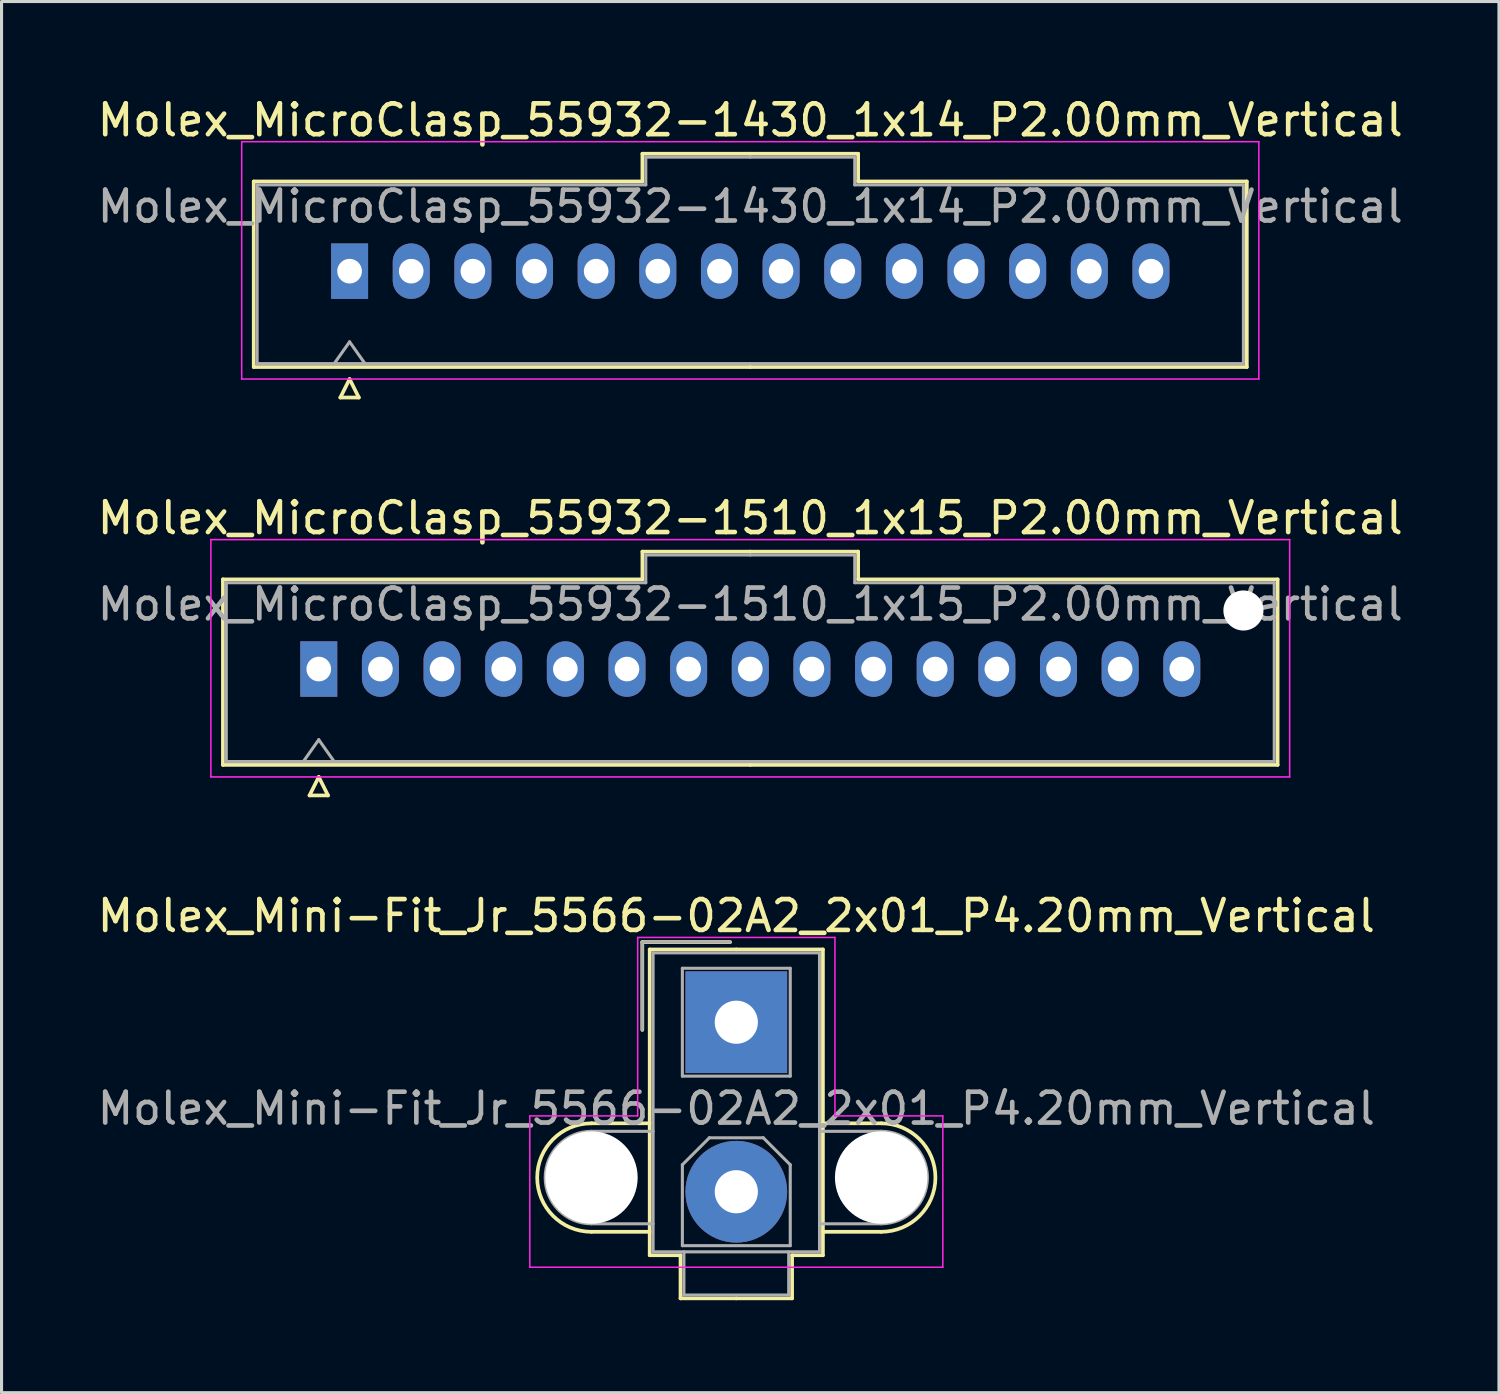
<source format=kicad_pcb>
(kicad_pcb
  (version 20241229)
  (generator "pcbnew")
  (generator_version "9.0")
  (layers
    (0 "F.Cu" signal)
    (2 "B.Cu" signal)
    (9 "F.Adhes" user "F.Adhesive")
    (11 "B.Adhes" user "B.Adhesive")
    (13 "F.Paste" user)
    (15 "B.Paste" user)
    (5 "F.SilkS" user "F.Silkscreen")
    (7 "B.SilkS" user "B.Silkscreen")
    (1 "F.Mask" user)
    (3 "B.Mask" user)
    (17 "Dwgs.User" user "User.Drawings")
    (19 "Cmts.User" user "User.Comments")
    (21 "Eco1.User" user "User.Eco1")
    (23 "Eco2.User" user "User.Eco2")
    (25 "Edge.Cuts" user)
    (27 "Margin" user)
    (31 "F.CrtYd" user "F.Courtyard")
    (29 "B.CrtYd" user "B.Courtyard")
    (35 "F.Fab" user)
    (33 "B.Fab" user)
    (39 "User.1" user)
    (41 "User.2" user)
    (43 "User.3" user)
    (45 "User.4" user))
  (footprint "Molex_Mini-Fit_Jr_5566-02A2_2x01_P4.20mm_Vertical"
    (layer "F.Cu")
    (at 20.839 30.115)
    (property "Reference" "Molex_Mini-Fit_Jr_5566-02A2_2x01_P4.20mm_Vertical" (at 0 -3.45 0) (layer "F.SilkS") (effects (font (size 1 1) (thickness 0.15))))
    (attr through_hole)
    (fp_line (start -4.7 3.28) (end -2.81 3.28) (stroke (width 0.12) (type solid)) (layer "F.SilkS"))
    (fp_line (start -4.7 6.8) (end -2.81 6.8) (stroke (width 0.12) (type solid)) (layer "F.SilkS"))
    (fp_line (start -3.05 -2.6) (end -3.05 0.25) (stroke (width 0.12) (type solid)) (layer "F.SilkS"))
    (fp_line (start -2.81 -2.36) (end -2.81 7.56) (stroke (width 0.12) (type solid)) (layer "F.SilkS"))
    (fp_line (start -2.81 7.56) (end -1.81 7.56) (stroke (width 0.12) (type solid)) (layer "F.SilkS"))
    (fp_line (start -1.81 7.56) (end -1.81 8.96) (stroke (width 0.12) (type solid)) (layer "F.SilkS"))
    (fp_line (start -1.81 8.96) (end 0 8.96) (stroke (width 0.12) (type solid)) (layer "F.SilkS"))
    (fp_line (start -0.2 -2.6) (end -3.05 -2.6) (stroke (width 0.12) (type solid)) (layer "F.SilkS"))
    (fp_line (start 0 -2.36) (end -2.81 -2.36) (stroke (width 0.12) (type solid)) (layer "F.SilkS"))
    (fp_line (start 0 -2.36) (end 2.81 -2.36) (stroke (width 0.12) (type solid)) (layer "F.SilkS"))
    (fp_line (start 1.81 7.56) (end 1.81 8.96) (stroke (width 0.12) (type solid)) (layer "F.SilkS"))
    (fp_line (start 1.81 8.96) (end 0 8.96) (stroke (width 0.12) (type solid)) (layer "F.SilkS"))
    (fp_line (start 2.81 -2.36) (end 2.81 7.56) (stroke (width 0.12) (type solid)) (layer "F.SilkS"))
    (fp_line (start 2.81 7.56) (end 1.81 7.56) (stroke (width 0.12) (type solid)) (layer "F.SilkS"))
    (fp_line (start 4.7 3.28) (end 2.81 3.28) (stroke (width 0.12) (type solid)) (layer "F.SilkS"))
    (fp_line (start 4.7 6.8) (end 2.81 6.8) (stroke (width 0.12) (type solid)) (layer "F.SilkS"))
    (fp_arc (start -4.7 6.8) (mid -6.46 5.04) (end -4.7 3.28) (stroke (width 0.12) (type solid)) (layer "F.SilkS"))
    (fp_arc (start 4.7 3.28) (mid 6.46 5.04) (end 4.7 6.8) (stroke (width 0.12) (type solid)) (layer "F.SilkS"))
    (fp_line (start -6.7 3.04) (end -6.7 7.95) (stroke (width 0.05) (type solid)) (layer "F.CrtYd"))
    (fp_line (start -6.7 7.95) (end 6.7 7.95) (stroke (width 0.05) (type solid)) (layer "F.CrtYd"))
    (fp_line (start -3.2 -2.75) (end -3.2 3.04) (stroke (width 0.05) (type solid)) (layer "F.CrtYd"))
    (fp_line (start -3.2 3.04) (end -6.7 3.04) (stroke (width 0.05) (type solid)) (layer "F.CrtYd"))
    (fp_line (start 3.2 -2.75) (end -3.2 -2.75) (stroke (width 0.05) (type solid)) (layer "F.CrtYd"))
    (fp_line (start 3.2 3.04) (end 3.2 -2.75) (stroke (width 0.05) (type solid)) (layer "F.CrtYd"))
    (fp_line (start 6.7 3.04) (end 3.2 3.04) (stroke (width 0.05) (type solid)) (layer "F.CrtYd"))
    (fp_line (start 6.7 7.95) (end 6.7 3.04) (stroke (width 0.05) (type solid)) (layer "F.CrtYd"))
    (fp_line (start -4.7 3.54) (end -2.7 3.54) (stroke (width 0.1) (type solid)) (layer "F.Fab"))
    (fp_line (start -4.7 6.54) (end -2.7 6.54) (stroke (width 0.1) (type solid)) (layer "F.Fab"))
    (fp_line (start -3.05 -2.6) (end -3.05 0.25) (stroke (width 0.1) (type solid)) (layer "F.Fab"))
    (fp_line (start -2.7 -2.25) (end -2.7 7.45) (stroke (width 0.1) (type solid)) (layer "F.Fab"))
    (fp_line (start -2.7 7.45) (end 2.7 7.45) (stroke (width 0.1) (type solid)) (layer "F.Fab"))
    (fp_line (start -1.75 -1.75) (end -1.75 1.75) (stroke (width 0.1) (type solid)) (layer "F.Fab"))
    (fp_line (start -1.75 1.75) (end 1.75 1.75) (stroke (width 0.1) (type solid)) (layer "F.Fab"))
    (fp_line (start -1.75 4.625) (end -0.875 3.75) (stroke (width 0.1) (type solid)) (layer "F.Fab"))
    (fp_line (start -1.75 7.25) (end -1.75 4.625) (stroke (width 0.1) (type solid)) (layer "F.Fab"))
    (fp_line (start -1.7 7.45) (end -1.7 8.85) (stroke (width 0.1) (type solid)) (layer "F.Fab"))
    (fp_line (start -1.7 8.85) (end 1.7 8.85) (stroke (width 0.1) (type solid)) (layer "F.Fab"))
    (fp_line (start -0.875 3.75) (end 0.875 3.75) (stroke (width 0.1) (type solid)) (layer "F.Fab"))
    (fp_line (start -0.2 -2.6) (end -3.05 -2.6) (stroke (width 0.1) (type solid)) (layer "F.Fab"))
    (fp_line (start 0.875 3.75) (end 1.75 4.625) (stroke (width 0.1) (type solid)) (layer "F.Fab"))
    (fp_line (start 1.7 8.85) (end 1.7 7.45) (stroke (width 0.1) (type solid)) (layer "F.Fab"))
    (fp_line (start 1.75 -1.75) (end -1.75 -1.75) (stroke (width 0.1) (type solid)) (layer "F.Fab"))
    (fp_line (start 1.75 1.75) (end 1.75 -1.75) (stroke (width 0.1) (type solid)) (layer "F.Fab"))
    (fp_line (start 1.75 4.625) (end 1.75 7.25) (stroke (width 0.1) (type solid)) (layer "F.Fab"))
    (fp_line (start 1.75 7.25) (end -1.75 7.25) (stroke (width 0.1) (type solid)) (layer "F.Fab"))
    (fp_line (start 2.7 -2.25) (end -2.7 -2.25) (stroke (width 0.1) (type solid)) (layer "F.Fab"))
    (fp_line (start 2.7 7.45) (end 2.7 -2.25) (stroke (width 0.1) (type solid)) (layer "F.Fab"))
    (fp_line (start 4.7 3.54) (end 2.7 3.54) (stroke (width 0.1) (type solid)) (layer "F.Fab"))
    (fp_line (start 4.7 6.54) (end 2.7 6.54) (stroke (width 0.1) (type solid)) (layer "F.Fab"))
    (fp_arc (start -4.7 6.54) (mid -6.2 5.04) (end -4.7 3.54) (stroke (width 0.1) (type solid)) (layer "F.Fab"))
    (fp_arc (start 4.7 3.54) (mid 6.2 5.04) (end 4.7 6.54) (stroke (width 0.1) (type solid)) (layer "F.Fab"))
    (fp_text user "${REFERENCE}" (at 0 2.8 0) (layer "F.Fab") (effects (font (size 1 1) (thickness 0.15))))
    (pad "" np_thru_hole circle (at -4.7 5.04) (size 3 3) (drill 3) (layers "*.Cu" "*.Mask"))
    (pad "" np_thru_hole circle (at 4.7 5.04) (size 3 3) (drill 3) (layers "*.Cu" "*.Mask"))
    (pad "1" thru_hole rect (at 0 0) (size 3.3 3.3) (drill 1.4) (layers "*.Cu" "*.Mask"))
    (pad "2" thru_hole circle (at 0 5.5) (size 3.3 3.3) (drill 1.4) (layers "*.Cu" "*.Mask")))
  (footprint "Molex_MicroClasp_55932-1430_1x14_P2.00mm_Vertical"
    (layer "F.Cu")
    (at 8.292 5.748)
    (property "Reference" "Molex_MicroClasp_55932-1430_1x14_P2.00mm_Vertical" (at 13 -4.9 0) (layer "F.SilkS") (effects (font (size 1 1) (thickness 0.15))))
    (attr through_hole)
    (fp_line (start -3.11 -2.91) (end -3.11 3.11) (stroke (width 0.12) (type solid)) (layer "F.SilkS"))
    (fp_line (start -3.11 3.11) (end 13 3.11) (stroke (width 0.12) (type solid)) (layer "F.SilkS"))
    (fp_line (start -0.3 4.1) (end 0.3 4.1) (stroke (width 0.12) (type solid)) (layer "F.SilkS"))
    (fp_line (start 0 3.5) (end -0.3 4.1) (stroke (width 0.12) (type solid)) (layer "F.SilkS"))
    (fp_line (start 0.3 4.1) (end 0 3.5) (stroke (width 0.12) (type solid)) (layer "F.SilkS"))
    (fp_line (start 9.5 -3.81) (end 9.5 -2.91) (stroke (width 0.12) (type solid)) (layer "F.SilkS"))
    (fp_line (start 9.5 -2.91) (end -3.11 -2.91) (stroke (width 0.12) (type solid)) (layer "F.SilkS"))
    (fp_line (start 13 -3.81) (end 9.5 -3.81) (stroke (width 0.12) (type solid)) (layer "F.SilkS"))
    (fp_line (start 13 -3.81) (end 16.5 -3.81) (stroke (width 0.12) (type solid)) (layer "F.SilkS"))
    (fp_line (start 16.5 -3.81) (end 16.5 -2.91) (stroke (width 0.12) (type solid)) (layer "F.SilkS"))
    (fp_line (start 16.5 -2.91) (end 29.11 -2.91) (stroke (width 0.12) (type solid)) (layer "F.SilkS"))
    (fp_line (start 29.11 -2.91) (end 29.11 3.11) (stroke (width 0.12) (type solid)) (layer "F.SilkS"))
    (fp_line (start 29.11 3.11) (end 13 3.11) (stroke (width 0.12) (type solid)) (layer "F.SilkS"))
    (fp_line (start -3.5 -4.2) (end -3.5 3.5) (stroke (width 0.05) (type solid)) (layer "F.CrtYd"))
    (fp_line (start -3.5 3.5) (end 29.5 3.5) (stroke (width 0.05) (type solid)) (layer "F.CrtYd"))
    (fp_line (start 29.5 -4.2) (end -3.5 -4.2) (stroke (width 0.05) (type solid)) (layer "F.CrtYd"))
    (fp_line (start 29.5 3.5) (end 29.5 -4.2) (stroke (width 0.05) (type solid)) (layer "F.CrtYd"))
    (fp_line (start -3 -2.8) (end -3 3) (stroke (width 0.1) (type solid)) (layer "F.Fab"))
    (fp_line (start -3 3) (end 13 3) (stroke (width 0.1) (type solid)) (layer "F.Fab"))
    (fp_line (start -0.5 3) (end 0 2.293) (stroke (width 0.1) (type solid)) (layer "F.Fab"))
    (fp_line (start 0 2.293) (end 0.5 3) (stroke (width 0.1) (type solid)) (layer "F.Fab"))
    (fp_line (start 9.61 -3.7) (end 9.61 -2.8) (stroke (width 0.1) (type solid)) (layer "F.Fab"))
    (fp_line (start 9.61 -2.8) (end -3 -2.8) (stroke (width 0.1) (type solid)) (layer "F.Fab"))
    (fp_line (start 13 -3.7) (end 9.61 -3.7) (stroke (width 0.1) (type solid)) (layer "F.Fab"))
    (fp_line (start 13 -3.7) (end 16.39 -3.7) (stroke (width 0.1) (type solid)) (layer "F.Fab"))
    (fp_line (start 16.39 -3.7) (end 16.39 -2.8) (stroke (width 0.1) (type solid)) (layer "F.Fab"))
    (fp_line (start 16.39 -2.8) (end 29 -2.8) (stroke (width 0.1) (type solid)) (layer "F.Fab"))
    (fp_line (start 29 -2.8) (end 29 3) (stroke (width 0.1) (type solid)) (layer "F.Fab"))
    (fp_line (start 29 3) (end 13 3) (stroke (width 0.1) (type solid)) (layer "F.Fab"))
    (fp_text user "${REFERENCE}" (at 13 -2.1 0) (layer "F.Fab") (effects (font (size 1 1) (thickness 0.15))))
    (pad "1" thru_hole rect (at 0 0) (size 1.2 1.8) (drill 0.8) (layers "*.Cu" "*.Mask"))
    (pad "2" thru_hole oval (at 2 0) (size 1.2 1.8) (drill 0.8) (layers "*.Cu" "*.Mask"))
    (pad "3" thru_hole oval (at 4 0) (size 1.2 1.8) (drill 0.8) (layers "*.Cu" "*.Mask"))
    (pad "4" thru_hole oval (at 6 0) (size 1.2 1.8) (drill 0.8) (layers "*.Cu" "*.Mask"))
    (pad "5" thru_hole oval (at 8 0) (size 1.2 1.8) (drill 0.8) (layers "*.Cu" "*.Mask"))
    (pad "6" thru_hole oval (at 10 0) (size 1.2 1.8) (drill 0.8) (layers "*.Cu" "*.Mask"))
    (pad "7" thru_hole oval (at 12 0) (size 1.2 1.8) (drill 0.8) (layers "*.Cu" "*.Mask"))
    (pad "8" thru_hole oval (at 14 0) (size 1.2 1.8) (drill 0.8) (layers "*.Cu" "*.Mask"))
    (pad "9" thru_hole oval (at 16 0) (size 1.2 1.8) (drill 0.8) (layers "*.Cu" "*.Mask"))
    (pad "10" thru_hole oval (at 18 0) (size 1.2 1.8) (drill 0.8) (layers "*.Cu" "*.Mask"))
    (pad "11" thru_hole oval (at 20 0) (size 1.2 1.8) (drill 0.8) (layers "*.Cu" "*.Mask"))
    (pad "12" thru_hole oval (at 22 0) (size 1.2 1.8) (drill 0.8) (layers "*.Cu" "*.Mask"))
    (pad "13" thru_hole oval (at 24 0) (size 1.2 1.8) (drill 0.8) (layers "*.Cu" "*.Mask"))
    (pad "14" thru_hole oval (at 26 0) (size 1.2 1.8) (drill 0.8) (layers "*.Cu" "*.Mask")))
  (footprint "Molex_MicroClasp_55932-1510_1x15_P2.00mm_Vertical"
    (layer "F.Cu")
    (at 7.292 18.657)
    (property "Reference" "Molex_MicroClasp_55932-1510_1x15_P2.00mm_Vertical" (at 14 -4.9 0) (layer "F.SilkS") (effects (font (size 1 1) (thickness 0.15))))
    (attr through_hole)
    (fp_line (start -3.11 -2.91) (end -3.11 3.11) (stroke (width 0.12) (type solid)) (layer "F.SilkS"))
    (fp_line (start -3.11 3.11) (end 14 3.11) (stroke (width 0.12) (type solid)) (layer "F.SilkS"))
    (fp_line (start -0.3 4.1) (end 0.3 4.1) (stroke (width 0.12) (type solid)) (layer "F.SilkS"))
    (fp_line (start 0 3.5) (end -0.3 4.1) (stroke (width 0.12) (type solid)) (layer "F.SilkS"))
    (fp_line (start 0.3 4.1) (end 0 3.5) (stroke (width 0.12) (type solid)) (layer "F.SilkS"))
    (fp_line (start 10.5 -3.81) (end 10.5 -2.91) (stroke (width 0.12) (type solid)) (layer "F.SilkS"))
    (fp_line (start 10.5 -2.91) (end -3.11 -2.91) (stroke (width 0.12) (type solid)) (layer "F.SilkS"))
    (fp_line (start 14 -3.81) (end 10.5 -3.81) (stroke (width 0.12) (type solid)) (layer "F.SilkS"))
    (fp_line (start 14 -3.81) (end 17.5 -3.81) (stroke (width 0.12) (type solid)) (layer "F.SilkS"))
    (fp_line (start 17.5 -3.81) (end 17.5 -2.91) (stroke (width 0.12) (type solid)) (layer "F.SilkS"))
    (fp_line (start 17.5 -2.91) (end 31.11 -2.91) (stroke (width 0.12) (type solid)) (layer "F.SilkS"))
    (fp_line (start 31.11 -2.91) (end 31.11 3.11) (stroke (width 0.12) (type solid)) (layer "F.SilkS"))
    (fp_line (start 31.11 3.11) (end 14 3.11) (stroke (width 0.12) (type solid)) (layer "F.SilkS"))
    (fp_line (start -3.5 -4.2) (end -3.5 3.5) (stroke (width 0.05) (type solid)) (layer "F.CrtYd"))
    (fp_line (start -3.5 3.5) (end 31.5 3.5) (stroke (width 0.05) (type solid)) (layer "F.CrtYd"))
    (fp_line (start 31.5 -4.2) (end -3.5 -4.2) (stroke (width 0.05) (type solid)) (layer "F.CrtYd"))
    (fp_line (start 31.5 3.5) (end 31.5 -4.2) (stroke (width 0.05) (type solid)) (layer "F.CrtYd"))
    (fp_line (start -3 -2.8) (end -3 3) (stroke (width 0.1) (type solid)) (layer "F.Fab"))
    (fp_line (start -3 3) (end 14 3) (stroke (width 0.1) (type solid)) (layer "F.Fab"))
    (fp_line (start -0.5 3) (end 0 2.293) (stroke (width 0.1) (type solid)) (layer "F.Fab"))
    (fp_line (start 0 2.293) (end 0.5 3) (stroke (width 0.1) (type solid)) (layer "F.Fab"))
    (fp_line (start 10.61 -3.7) (end 10.61 -2.8) (stroke (width 0.1) (type solid)) (layer "F.Fab"))
    (fp_line (start 10.61 -2.8) (end -3 -2.8) (stroke (width 0.1) (type solid)) (layer "F.Fab"))
    (fp_line (start 14 -3.7) (end 10.61 -3.7) (stroke (width 0.1) (type solid)) (layer "F.Fab"))
    (fp_line (start 14 -3.7) (end 17.39 -3.7) (stroke (width 0.1) (type solid)) (layer "F.Fab"))
    (fp_line (start 17.39 -3.7) (end 17.39 -2.8) (stroke (width 0.1) (type solid)) (layer "F.Fab"))
    (fp_line (start 17.39 -2.8) (end 31 -2.8) (stroke (width 0.1) (type solid)) (layer "F.Fab"))
    (fp_line (start 31 -2.8) (end 31 3) (stroke (width 0.1) (type solid)) (layer "F.Fab"))
    (fp_line (start 31 3) (end 14 3) (stroke (width 0.1) (type solid)) (layer "F.Fab"))
    (fp_text user "${REFERENCE}" (at 14 -2.1 0) (layer "F.Fab") (effects (font (size 1 1) (thickness 0.15))))
    (pad "" np_thru_hole circle (at 30 -1.9) (size 1.3 1.3) (drill 1.3) (layers "*.Cu" "*.Mask"))
    (pad "1" thru_hole rect (at 0 0) (size 1.2 1.8) (drill 0.8) (layers "*.Cu" "*.Mask"))
    (pad "2" thru_hole oval (at 2 0) (size 1.2 1.8) (drill 0.8) (layers "*.Cu" "*.Mask"))
    (pad "3" thru_hole oval (at 4 0) (size 1.2 1.8) (drill 0.8) (layers "*.Cu" "*.Mask"))
    (pad "4" thru_hole oval (at 6 0) (size 1.2 1.8) (drill 0.8) (layers "*.Cu" "*.Mask"))
    (pad "5" thru_hole oval (at 8 0) (size 1.2 1.8) (drill 0.8) (layers "*.Cu" "*.Mask"))
    (pad "6" thru_hole oval (at 10 0) (size 1.2 1.8) (drill 0.8) (layers "*.Cu" "*.Mask"))
    (pad "7" thru_hole oval (at 12 0) (size 1.2 1.8) (drill 0.8) (layers "*.Cu" "*.Mask"))
    (pad "8" thru_hole oval (at 14 0) (size 1.2 1.8) (drill 0.8) (layers "*.Cu" "*.Mask"))
    (pad "9" thru_hole oval (at 16 0) (size 1.2 1.8) (drill 0.8) (layers "*.Cu" "*.Mask"))
    (pad "10" thru_hole oval (at 18 0) (size 1.2 1.8) (drill 0.8) (layers "*.Cu" "*.Mask"))
    (pad "11" thru_hole oval (at 20 0) (size 1.2 1.8) (drill 0.8) (layers "*.Cu" "*.Mask"))
    (pad "12" thru_hole oval (at 22 0) (size 1.2 1.8) (drill 0.8) (layers "*.Cu" "*.Mask"))
    (pad "13" thru_hole oval (at 24 0) (size 1.2 1.8) (drill 0.8) (layers "*.Cu" "*.Mask"))
    (pad "14" thru_hole oval (at 26 0) (size 1.2 1.8) (drill 0.8) (layers "*.Cu" "*.Mask"))
    (pad "15" thru_hole oval (at 28 0) (size 1.2 1.8) (drill 0.8) (layers "*.Cu" "*.Mask")))
  (gr_rect
    (start -3 -3)
    (end 45.583 42.135)
    (stroke (width 0.1) (type default))
    (fill no)
    (layer "Edge.Cuts")))
</source>
